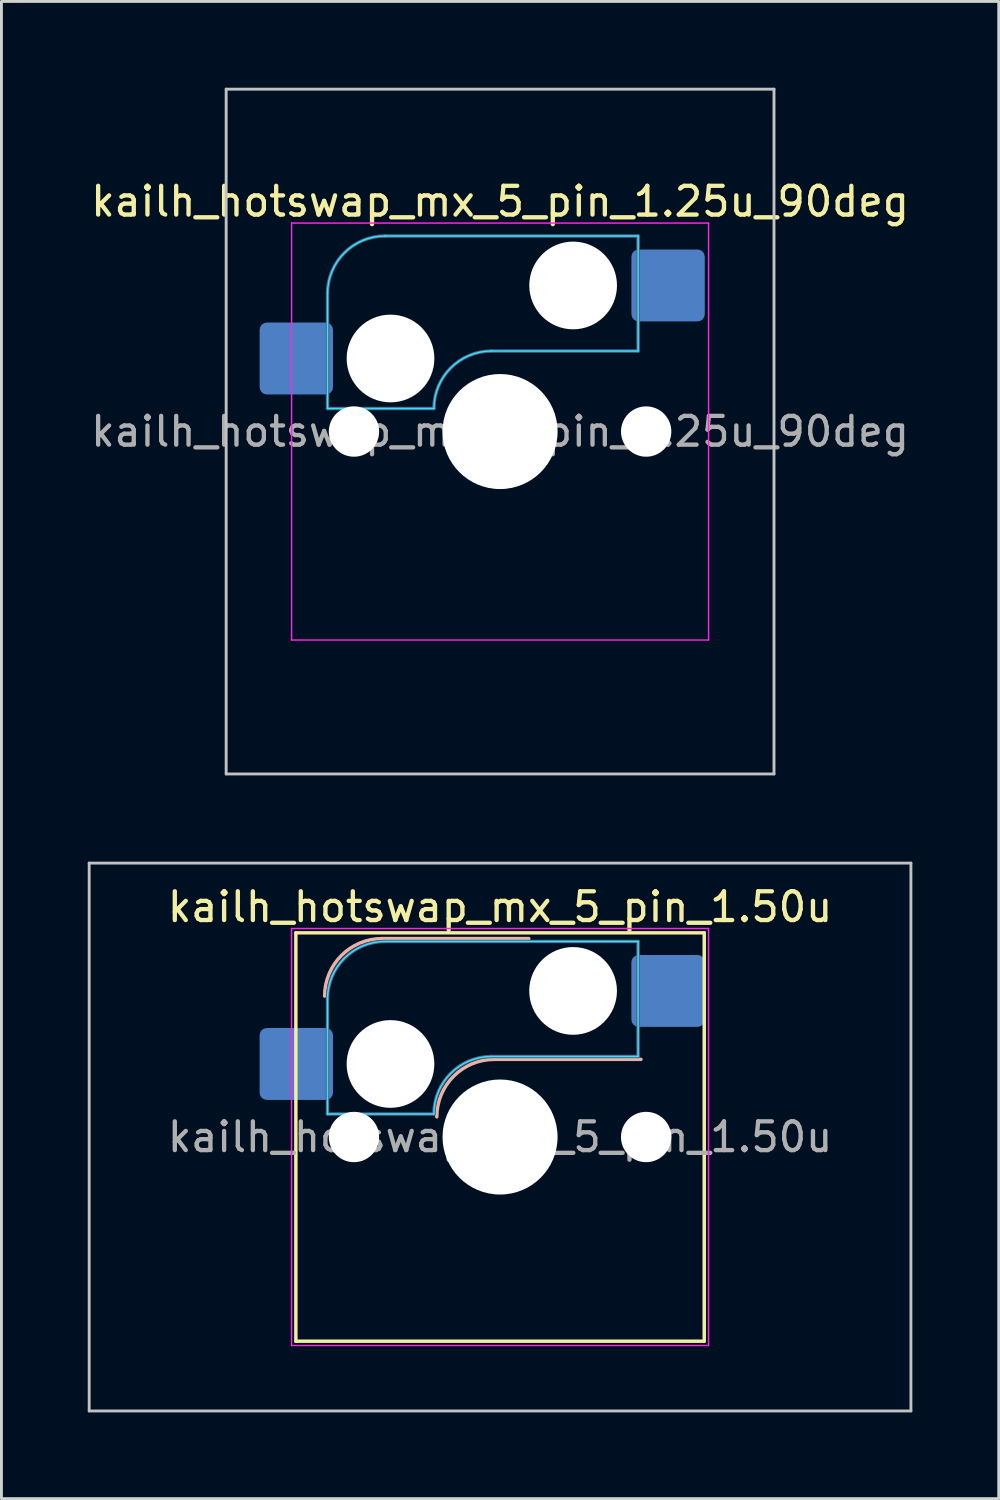
<source format=kicad_pcb>
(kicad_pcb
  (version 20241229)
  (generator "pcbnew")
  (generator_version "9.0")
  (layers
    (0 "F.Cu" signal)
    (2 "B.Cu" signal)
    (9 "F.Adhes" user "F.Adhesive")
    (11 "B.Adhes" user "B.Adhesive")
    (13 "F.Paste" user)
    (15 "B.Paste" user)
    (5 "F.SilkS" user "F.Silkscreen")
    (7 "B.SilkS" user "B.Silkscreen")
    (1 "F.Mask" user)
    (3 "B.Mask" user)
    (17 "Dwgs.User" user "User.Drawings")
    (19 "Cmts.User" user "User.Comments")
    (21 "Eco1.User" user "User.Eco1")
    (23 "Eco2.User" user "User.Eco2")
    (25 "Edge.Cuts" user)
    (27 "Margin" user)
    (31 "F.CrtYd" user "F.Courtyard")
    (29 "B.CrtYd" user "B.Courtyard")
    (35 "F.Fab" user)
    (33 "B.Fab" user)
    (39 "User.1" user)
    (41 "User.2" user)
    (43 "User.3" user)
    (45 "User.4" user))
  (footprint "kailh_hotswap_mx_5_pin_1.50u"
    (layer "F.Cu")
    (at 14.338 36.487)
    (property "Reference" "kailh_hotswap_mx_5_pin_1.50u" (at 0 -8 0) (layer "F.SilkS") (effects (font (size 1 1) (thickness 0.15))))
    (attr smd)
    (fp_line (start -7.1 -7.1) (end -7.1 7.1) (stroke (width 0.12) (type solid)) (layer "F.SilkS"))
    (fp_line (start -7.1 7.1) (end 7.1 7.1) (stroke (width 0.12) (type solid)) (layer "F.SilkS"))
    (fp_line (start 7.1 -7.1) (end -7.1 -7.1) (stroke (width 0.12) (type solid)) (layer "F.SilkS"))
    (fp_line (start 7.1 7.1) (end 7.1 -7.1) (stroke (width 0.12) (type solid)) (layer "F.SilkS"))
    (fp_line (start -4.1 -6.9) (end 1 -6.9) (stroke (width 0.12) (type solid)) (layer "B.SilkS"))
    (fp_line (start -0.2 -2.7) (end 4.9 -2.7) (stroke (width 0.12) (type solid)) (layer "B.SilkS"))
    (fp_arc (start -6.1 -4.9) (mid -5.514214 -6.314214) (end -4.1 -6.9) (stroke (width 0.12) (type solid)) (layer "B.SilkS"))
    (fp_arc (start -2.2 -0.7) (mid -1.614214 -2.114214) (end -0.2 -2.7) (stroke (width 0.12) (type solid)) (layer "B.SilkS"))
    (fp_line (start -14.287 -9.525) (end -14.287 9.525) (stroke (width 0.1) (type solid)) (layer "Dwgs.User"))
    (fp_line (start -14.287 9.525) (end 14.287 9.525) (stroke (width 0.1) (type solid)) (layer "Dwgs.User"))
    (fp_line (start 14.287 -9.525) (end -14.287 -9.525) (stroke (width 0.1) (type solid)) (layer "Dwgs.User"))
    (fp_line (start 14.287 9.525) (end 14.287 -9.525) (stroke (width 0.1) (type solid)) (layer "Dwgs.User"))
    (fp_line (start -6 -0.8) (end -6 -4.8) (stroke (width 0.05) (type solid)) (layer "B.CrtYd"))
    (fp_line (start -6 -0.8) (end -2.3 -0.8) (stroke (width 0.05) (type solid)) (layer "B.CrtYd"))
    (fp_line (start -4 -6.8) (end 4.8 -6.8) (stroke (width 0.05) (type solid)) (layer "B.CrtYd"))
    (fp_line (start -0.3 -2.8) (end 4.8 -2.8) (stroke (width 0.05) (type solid)) (layer "B.CrtYd"))
    (fp_line (start 4.8 -6.8) (end 4.8 -2.8) (stroke (width 0.05) (type solid)) (layer "B.CrtYd"))
    (fp_arc (start -6 -4.8) (mid -5.414214 -6.214214) (end -4 -6.8) (stroke (width 0.05) (type solid)) (layer "B.CrtYd"))
    (fp_arc (start -2.3 -0.8) (mid -1.714214 -2.214214) (end -0.3 -2.8) (stroke (width 0.05) (type solid)) (layer "B.CrtYd"))
    (fp_line (start -7.25 -7.25) (end -7.25 7.25) (stroke (width 0.05) (type solid)) (layer "F.CrtYd"))
    (fp_line (start -7.25 7.25) (end 7.25 7.25) (stroke (width 0.05) (type solid)) (layer "F.CrtYd"))
    (fp_line (start 7.25 -7.25) (end -7.25 -7.25) (stroke (width 0.05) (type solid)) (layer "F.CrtYd"))
    (fp_line (start 7.25 7.25) (end 7.25 -7.25) (stroke (width 0.05) (type solid)) (layer "F.CrtYd"))
    (fp_line (start -6 -0.8) (end -6 -4.8) (stroke (width 0.12) (type solid)) (layer "B.Fab"))
    (fp_line (start -6 -0.8) (end -2.3 -0.8) (stroke (width 0.12) (type solid)) (layer "B.Fab"))
    (fp_line (start -4 -6.8) (end 4.8 -6.8) (stroke (width 0.12) (type solid)) (layer "B.Fab"))
    (fp_line (start -0.3 -2.8) (end 4.8 -2.8) (stroke (width 0.12) (type solid)) (layer "B.Fab"))
    (fp_line (start 4.8 -6.8) (end 4.8 -2.8) (stroke (width 0.12) (type solid)) (layer "B.Fab"))
    (fp_arc (start -6 -4.8) (mid -5.414214 -6.214214) (end -4 -6.8) (stroke (width 0.12) (type solid)) (layer "B.Fab"))
    (fp_arc (start -2.3 -0.8) (mid -1.714214 -2.214214) (end -0.3 -2.8) (stroke (width 0.12) (type solid)) (layer "B.Fab"))
    (fp_text user "${REFERENCE}" (at 0 0 0) (layer "F.Fab") (effects (font (size 1 1) (thickness 0.15))))
    (pad "" np_thru_hole circle (at -5.08 0) (size 1.75 1.75) (drill 1.75) (layers "*.Cu" "*.Mask"))
    (pad "" np_thru_hole circle (at -3.81 -2.54) (size 3.05 3.05) (drill 3.05) (layers "*.Cu" "*.Mask"))
    (pad "" np_thru_hole circle (at 0 0) (size 4 4) (drill 4) (layers "*.Cu" "*.Mask"))
    (pad "" np_thru_hole circle (at 2.54 -5.08) (size 3.05 3.05) (drill 3.05) (layers "*.Cu" "*.Mask"))
    (pad "" np_thru_hole circle (at 5.08 0) (size 1.75 1.75) (drill 1.75) (layers "*.Cu" "*.Mask"))
    (pad "1" smd roundrect (at -7.085 -2.54) (size 2.55 2.5) (layers "B.Cu" "B.Mask" "B.Paste") (roundrect_rratio 0.1))
    (pad "2" smd roundrect (at 5.842 -5.08) (size 2.55 2.5) (layers "B.Cu" "B.Mask" "B.Paste") (roundrect_rratio 0.1)))
  (footprint "kailh_hotswap_mx_5_pin_1.25u_90deg"
    (layer "F.Cu")
    (at 14.339 11.956)
    (property "Reference" "kailh_hotswap_mx_5_pin_1.25u_90deg" (at 0 -8 0) (layer "F.SilkS") (effects (font (size 1 1) (thickness 0.15))))
    (attr smd)
    (fp_line (start -9.525 -11.906) (end 9.525 -11.906) (stroke (width 0.1) (type solid)) (layer "Dwgs.User"))
    (fp_line (start -9.525 11.906) (end -9.525 -11.906) (stroke (width 0.1) (type solid)) (layer "Dwgs.User"))
    (fp_line (start 9.525 -11.906) (end 9.525 11.906) (stroke (width 0.1) (type solid)) (layer "Dwgs.User"))
    (fp_line (start 9.525 11.906) (end -9.525 11.906) (stroke (width 0.1) (type solid)) (layer "Dwgs.User"))
    (fp_line (start -7 -6.5) (end -7 6.491) (stroke (width 0.1) (type solid)) (layer "Eco2.User"))
    (fp_line (start -6.5 -7) (end 6.5 -7) (stroke (width 0.1) (type solid)) (layer "Eco2.User"))
    (fp_line (start -6.5 6.991) (end 6.5 7) (stroke (width 0.1) (type solid)) (layer "Eco2.User"))
    (fp_line (start 7 -6.5) (end 7 6.5) (stroke (width 0.1) (type solid)) (layer "Eco2.User"))
    (fp_arc (start -7 -6.5) (mid -6.853553 -6.853553) (end -6.5 -7) (stroke (width 0.1) (type solid)) (layer "Eco2.User"))
    (fp_arc (start -6.5 6.990924) (mid -6.853553 6.844477) (end -7 6.490924) (stroke (width 0.1) (type solid)) (layer "Eco2.User"))
    (fp_arc (start 6.5 -7) (mid 6.853553 -6.853553) (end 7 -6.5) (stroke (width 0.1) (type solid)) (layer "Eco2.User"))
    (fp_arc (start 7 6.5) (mid 6.853553 6.853553) (end 6.5 7) (stroke (width 0.1) (type solid)) (layer "Eco2.User"))
    (fp_line (start -6 -0.8) (end -6 -4.8) (stroke (width 0.05) (type solid)) (layer "B.CrtYd"))
    (fp_line (start -6 -0.8) (end -2.3 -0.8) (stroke (width 0.05) (type solid)) (layer "B.CrtYd"))
    (fp_line (start -4 -6.8) (end 4.8 -6.8) (stroke (width 0.05) (type solid)) (layer "B.CrtYd"))
    (fp_line (start -0.3 -2.8) (end 4.8 -2.8) (stroke (width 0.05) (type solid)) (layer "B.CrtYd"))
    (fp_line (start 4.8 -6.8) (end 4.8 -2.8) (stroke (width 0.05) (type solid)) (layer "B.CrtYd"))
    (fp_arc (start -6 -4.8) (mid -5.414214 -6.214214) (end -4 -6.8) (stroke (width 0.05) (type solid)) (layer "B.CrtYd"))
    (fp_arc (start -2.3 -0.8) (mid -1.714214 -2.214214) (end -0.3 -2.8) (stroke (width 0.05) (type solid)) (layer "B.CrtYd"))
    (fp_line (start -7.25 -7.25) (end -7.25 7.25) (stroke (width 0.05) (type solid)) (layer "F.CrtYd"))
    (fp_line (start -7.25 7.25) (end 7.25 7.25) (stroke (width 0.05) (type solid)) (layer "F.CrtYd"))
    (fp_line (start 7.25 -7.25) (end -7.25 -7.25) (stroke (width 0.05) (type solid)) (layer "F.CrtYd"))
    (fp_line (start 7.25 7.25) (end 7.25 -7.25) (stroke (width 0.05) (type solid)) (layer "F.CrtYd"))
    (fp_line (start -6 -0.8) (end -6 -4.8) (stroke (width 0.12) (type solid)) (layer "B.Fab"))
    (fp_line (start -6 -0.8) (end -2.3 -0.8) (stroke (width 0.12) (type solid)) (layer "B.Fab"))
    (fp_line (start -4 -6.8) (end 4.8 -6.8) (stroke (width 0.12) (type solid)) (layer "B.Fab"))
    (fp_line (start -0.3 -2.8) (end 4.8 -2.8) (stroke (width 0.12) (type solid)) (layer "B.Fab"))
    (fp_line (start 4.8 -6.8) (end 4.8 -2.8) (stroke (width 0.12) (type solid)) (layer "B.Fab"))
    (fp_arc (start -6 -4.8) (mid -5.414214 -6.214214) (end -4 -6.8) (stroke (width 0.12) (type solid)) (layer "B.Fab"))
    (fp_arc (start -2.3 -0.8) (mid -1.714214 -2.214214) (end -0.3 -2.8) (stroke (width 0.12) (type solid)) (layer "B.Fab"))
    (fp_text user "${REFERENCE}" (at 0 0 0) (layer "F.Fab") (effects (font (size 1 1) (thickness 0.15))))
    (pad "" np_thru_hole circle (at -5.08 0) (size 1.75 1.75) (drill 1.75) (layers "*.Cu" "*.Mask"))
    (pad "" np_thru_hole circle (at -3.81 -2.54) (size 3.05 3.05) (drill 3.05) (layers "*.Cu" "*.Mask"))
    (pad "" np_thru_hole circle (at 0 0) (size 4 4) (drill 4) (layers "*.Cu" "*.Mask"))
    (pad "" np_thru_hole circle (at 2.54 -5.08) (size 3.05 3.05) (drill 3.05) (layers "*.Cu" "*.Mask"))
    (pad "" np_thru_hole circle (at 5.08 0) (size 1.75 1.75) (drill 1.75) (layers "*.Cu" "*.Mask"))
    (pad "1" smd roundrect (at -7.085 -2.54) (size 2.55 2.5) (layers "B.Cu" "B.Mask" "B.Paste") (roundrect_rratio 0.1))
    (pad "2" smd roundrect (at 5.842 -5.08) (size 2.55 2.5) (layers "B.Cu" "B.Mask" "B.Paste") (roundrect_rratio 0.1)))
  (gr_rect
    (start -3 -3)
    (end 31.679 49.062)
    (stroke (width 0.1) (type default))
    (fill no)
    (layer "Edge.Cuts")))
</source>
